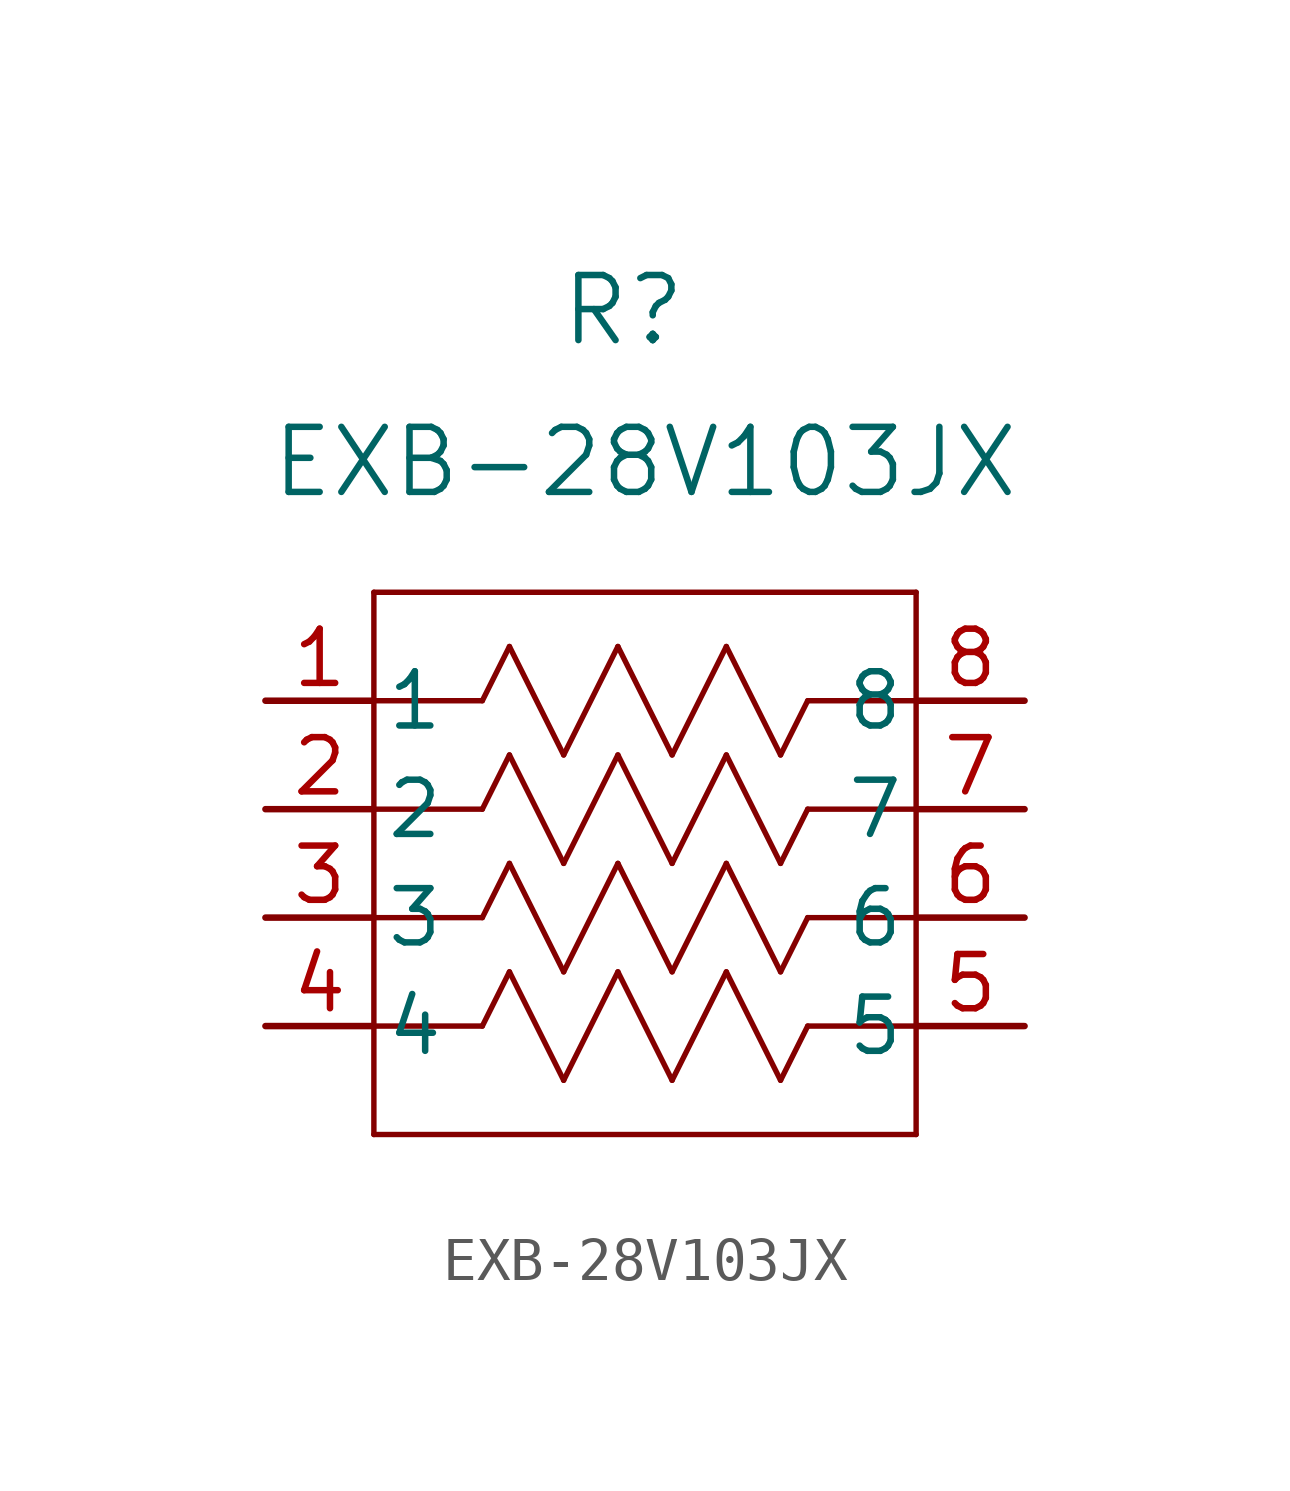
<source format=kicad_sym>
(kicad_symbol_lib
  (version 20211014)
  (generator kicad_symbol_editor)
  (symbol "EXB-28V103JX"
    (pin_names
      (offset 0.254))
    (property "Reference" "R"
      (at 8.382 9.144 0)
      (effects (font (size 1.524 1.524))))
    (property "Value" "EXB-28V103JX"
      (at 8.89 5.588 0)
      (effects (font (size 1.524 1.524))))
    (symbol "EXB-28V103JX_0_1"
      (polyline (pts (xy 5.715 1.27) (xy 6.985 -1.27)) (stroke (width 0.127) (type default) (color 0 0 0 0)) (fill (type none)))
      (polyline (pts (xy 6.985 -1.27) (xy 8.255 1.27)) (stroke (width 0.127) (type default) (color 0 0 0 0)) (fill (type none)))
      (polyline (pts (xy 8.255 1.27) (xy 9.525 -1.27)) (stroke (width 0.127) (type default) (color 0 0 0 0)) (fill (type none)))
      (polyline (pts (xy 9.525 -1.27) (xy 10.795 1.27)) (stroke (width 0.127) (type default) (color 0 0 0 0)) (fill (type none)))
      (polyline (pts (xy 10.795 1.27) (xy 12.065 -1.27)) (stroke (width 0.127) (type default) (color 0 0 0 0)) (fill (type none)))
      (polyline (pts (xy 5.08 0) (xy 5.715 1.27)) (stroke (width 0.127) (type default) (color 0 0 0 0)) (fill (type none)))
      (polyline (pts (xy 12.065 -1.27) (xy 12.7 0)) (stroke (width 0.127) (type default) (color 0 0 0 0)) (fill (type none)))
      (polyline (pts (xy 2.54 2.54) (xy 2.54 -10.16)) (stroke (width 0.127) (type default) (color 0 0 0 0)) (fill (type none)))
      (polyline (pts (xy 15.24 2.54) (xy 15.24 -10.16)) (stroke (width 0.127) (type default) (color 0 0 0 0)) (fill (type none)))
      (polyline (pts (xy 15.24 2.54) (xy 2.54 2.54)) (stroke (width 0.127) (type default) (color 0 0 0 0)) (fill (type none)))
      (polyline (pts (xy 2.54 0) (xy 5.08 0)) (stroke (width 0.127) (type default) (color 0 0 0 0)) (fill (type none)))
      (polyline (pts (xy 12.7 0) (xy 15.24 0)) (stroke (width 0.127) (type default) (color 0 0 0 0)) (fill (type none)))
      (polyline (pts (xy 5.715 -1.27) (xy 6.985 -3.81)) (stroke (width 0.127) (type default) (color 0 0 0 0)) (fill (type none)))
      (polyline (pts (xy 6.985 -3.81) (xy 8.255 -1.27)) (stroke (width 0.127) (type default) (color 0 0 0 0)) (fill (type none)))
      (polyline (pts (xy 8.255 -1.27) (xy 9.525 -3.81)) (stroke (width 0.127) (type default) (color 0 0 0 0)) (fill (type none)))
      (polyline (pts (xy 9.525 -3.81) (xy 10.795 -1.27)) (stroke (width 0.127) (type default) (color 0 0 0 0)) (fill (type none)))
      (polyline (pts (xy 10.795 -1.27) (xy 12.065 -3.81)) (stroke (width 0.127) (type default) (color 0 0 0 0)) (fill (type none)))
      (polyline (pts (xy 5.08 -2.54) (xy 5.715 -1.27)) (stroke (width 0.127) (type default) (color 0 0 0 0)) (fill (type none)))
      (polyline (pts (xy 12.065 -3.81) (xy 12.7 -2.54)) (stroke (width 0.127) (type default) (color 0 0 0 0)) (fill (type none)))
      (polyline (pts (xy 2.54 -2.54) (xy 5.08 -2.54)) (stroke (width 0.127) (type default) (color 0 0 0 0)) (fill (type none)))
      (polyline (pts (xy 12.7 -2.54) (xy 15.24 -2.54)) (stroke (width 0.127) (type default) (color 0 0 0 0)) (fill (type none)))
      (polyline (pts (xy 5.715 -3.81) (xy 6.985 -6.35)) (stroke (width 0.127) (type default) (color 0 0 0 0)) (fill (type none)))
      (polyline (pts (xy 6.985 -6.35) (xy 8.255 -3.81)) (stroke (width 0.127) (type default) (color 0 0 0 0)) (fill (type none)))
      (polyline (pts (xy 8.255 -3.81) (xy 9.525 -6.35)) (stroke (width 0.127) (type default) (color 0 0 0 0)) (fill (type none)))
      (polyline (pts (xy 9.525 -6.35) (xy 10.795 -3.81)) (stroke (width 0.127) (type default) (color 0 0 0 0)) (fill (type none)))
      (polyline (pts (xy 10.795 -3.81) (xy 12.065 -6.35)) (stroke (width 0.127) (type default) (color 0 0 0 0)) (fill (type none)))
      (polyline (pts (xy 5.08 -5.08) (xy 5.715 -3.81)) (stroke (width 0.127) (type default) (color 0 0 0 0)) (fill (type none)))
      (polyline (pts (xy 12.065 -6.35) (xy 12.7 -5.08)) (stroke (width 0.127) (type default) (color 0 0 0 0)) (fill (type none)))
      (polyline (pts (xy 2.54 -10.16) (xy 15.24 -10.16)) (stroke (width 0.127) (type default) (color 0 0 0 0)) (fill (type none)))
      (polyline (pts (xy 2.54 -5.08) (xy 5.08 -5.08)) (stroke (width 0.127) (type default) (color 0 0 0 0)) (fill (type none)))
      (polyline (pts (xy 12.7 -5.08) (xy 15.24 -5.08)) (stroke (width 0.127) (type default) (color 0 0 0 0)) (fill (type none)))
      (polyline (pts (xy 5.715 -6.35) (xy 6.985 -8.89)) (stroke (width 0.127) (type default) (color 0 0 0 0)) (fill (type none)))
      (polyline (pts (xy 6.985 -8.89) (xy 8.255 -6.35)) (stroke (width 0.127) (type default) (color 0 0 0 0)) (fill (type none)))
      (polyline (pts (xy 8.255 -6.35) (xy 9.525 -8.89)) (stroke (width 0.127) (type default) (color 0 0 0 0)) (fill (type none)))
      (polyline (pts (xy 9.525 -8.89) (xy 10.795 -6.35)) (stroke (width 0.127) (type default) (color 0 0 0 0)) (fill (type none)))
      (polyline (pts (xy 10.795 -6.35) (xy 12.065 -8.89)) (stroke (width 0.127) (type default) (color 0 0 0 0)) (fill (type none)))
      (polyline (pts (xy 5.08 -7.62) (xy 5.715 -6.35)) (stroke (width 0.127) (type default) (color 0 0 0 0)) (fill (type none)))
      (polyline (pts (xy 12.065 -8.89) (xy 12.7 -7.62)) (stroke (width 0.127) (type default) (color 0 0 0 0)) (fill (type none)))
      (polyline (pts (xy 2.54 -7.62) (xy 5.08 -7.62)) (stroke (width 0.127) (type default) (color 0 0 0 0)) (fill (type none)))
      (polyline (pts (xy 12.7 -7.62) (xy 15.24 -7.62)) (stroke (width 0.127) (type default) (color 0 0 0 0)) (fill (type none)))
      (pin unspecified line (at 0 0 0) (length 2.54) (name "1" (effects (font (size 1.27 1.27)))) (number "1" (effects (font (size 1.27 1.27)))))
      (pin unspecified line (at 0 -2.54 0) (length 2.54) (name "2" (effects (font (size 1.27 1.27)))) (number "2" (effects (font (size 1.27 1.27)))))
      (pin unspecified line (at 0 -5.08 0) (length 2.54) (name "3" (effects (font (size 1.27 1.27)))) (number "3" (effects (font (size 1.27 1.27)))))
      (pin unspecified line (at 0 -7.62 0) (length 2.54) (name "4" (effects (font (size 1.27 1.27)))) (number "4" (effects (font (size 1.27 1.27)))))
      (pin unspecified line (at 17.78 -7.62 180) (length 2.54) (name "5" (effects (font (size 1.27 1.27)))) (number "5" (effects (font (size 1.27 1.27)))))
      (pin unspecified line (at 17.78 -5.08 180) (length 2.54) (name "6" (effects (font (size 1.27 1.27)))) (number "6" (effects (font (size 1.27 1.27)))))
      (pin unspecified line (at 17.78 -2.54 180) (length 2.54) (name "7" (effects (font (size 1.27 1.27)))) (number "7" (effects (font (size 1.27 1.27)))))
      (pin unspecified line (at 17.78 0 180) (length 2.54) (name "8" (effects (font (size 1.27 1.27)))) (number "8" (effects (font (size 1.27 1.27))))))))
</source>
